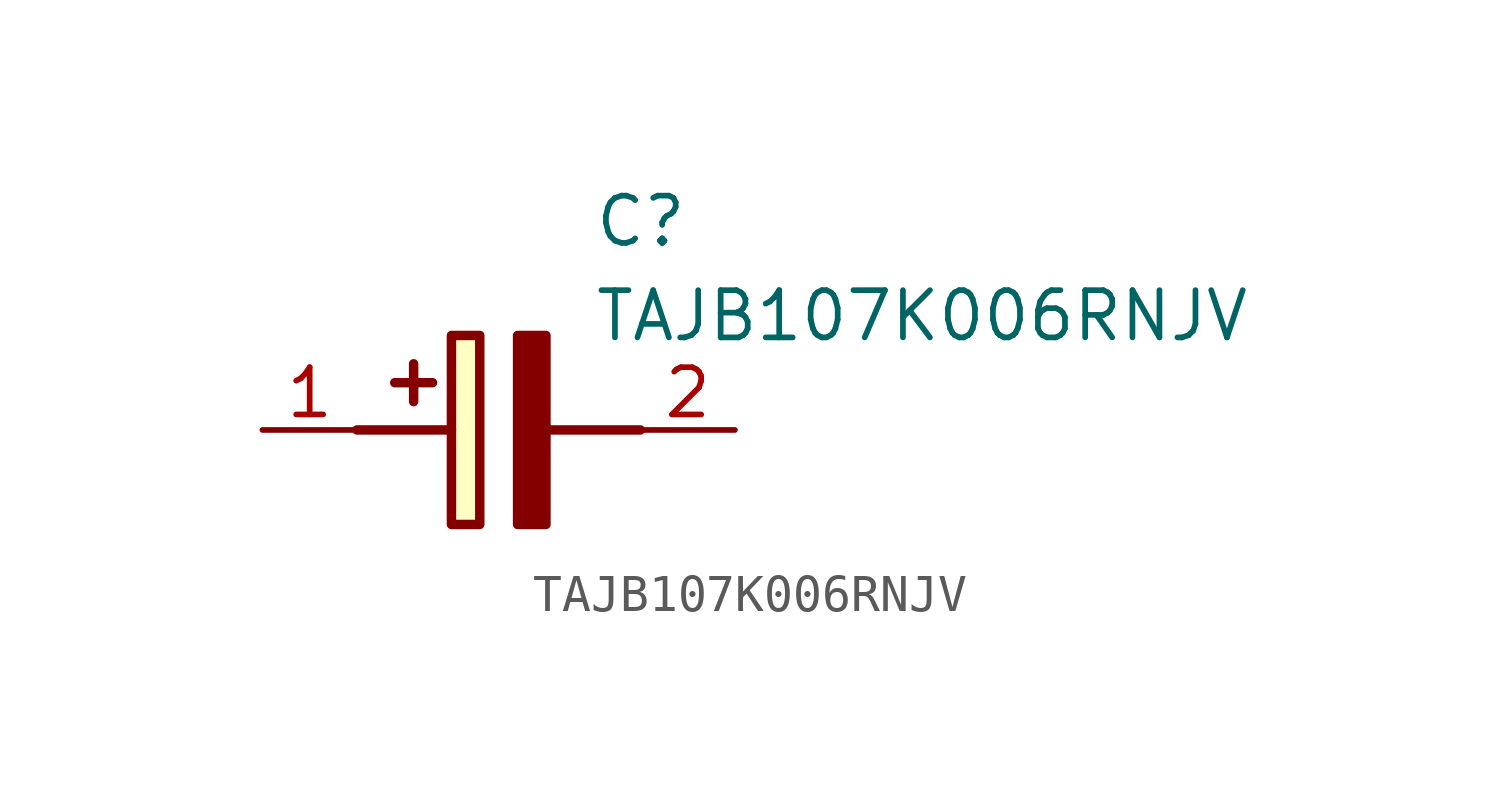
<source format=kicad_sym>
(kicad_symbol_lib
  (version 20211014)
  (generator SamacSys_ECAD_Model)
  (symbol "TAJB107K006RNJV"
    (pin_names hide)
    (property "Reference" "C"
      (at 8.89 6.35 0)
      (effects (font (size 1.27 1.27)) (justify left top)))
    (property "Value" "TAJB107K006RNJV"
      (at 8.89 3.81 0)
      (effects (font (size 1.27 1.27)) (justify left top)))
    (rectangle
      (start 5.08 2.54)
      (end 5.842 -2.54)
      (stroke (width 0.254) (type default))
      (fill (type background)))
    (polyline
      (pts (xy 4.572 1.27) (xy 3.556 1.27))
      (stroke (width 0.254) (type default))
      (fill (type none)))
    (polyline
      (pts (xy 4.064 1.778) (xy 4.064 0.762))
      (stroke (width 0.254) (type default))
      (fill (type none)))
    (polyline
      (pts (xy 2.54 0) (xy 5.08 0))
      (stroke (width 0.254) (type default))
      (fill (type none)))
    (polyline
      (pts (xy 7.62 0) (xy 10.16 0))
      (stroke (width 0.254) (type default))
      (fill (type none)))
    (polyline
      (pts (xy 7.62 2.54) (xy 7.62 -2.54) (xy 6.858 -2.54) (xy 6.858 2.54) (xy 7.62 2.54))
      (stroke (width 0.254) (type default))
      (fill (type outline)))
    (pin passive line
      (at 0 0 0)
      (length 2.54)
      (name "+" (effects (font (size 1.27 1.27))))
      (number "1" (effects (font (size 1.27 1.27)))))
    (pin passive line
      (at 12.7 0 180)
      (length 2.54)
      (name "-" (effects (font (size 1.27 1.27))))
      (number "2" (effects (font (size 1.27 1.27)))))))
</source>
